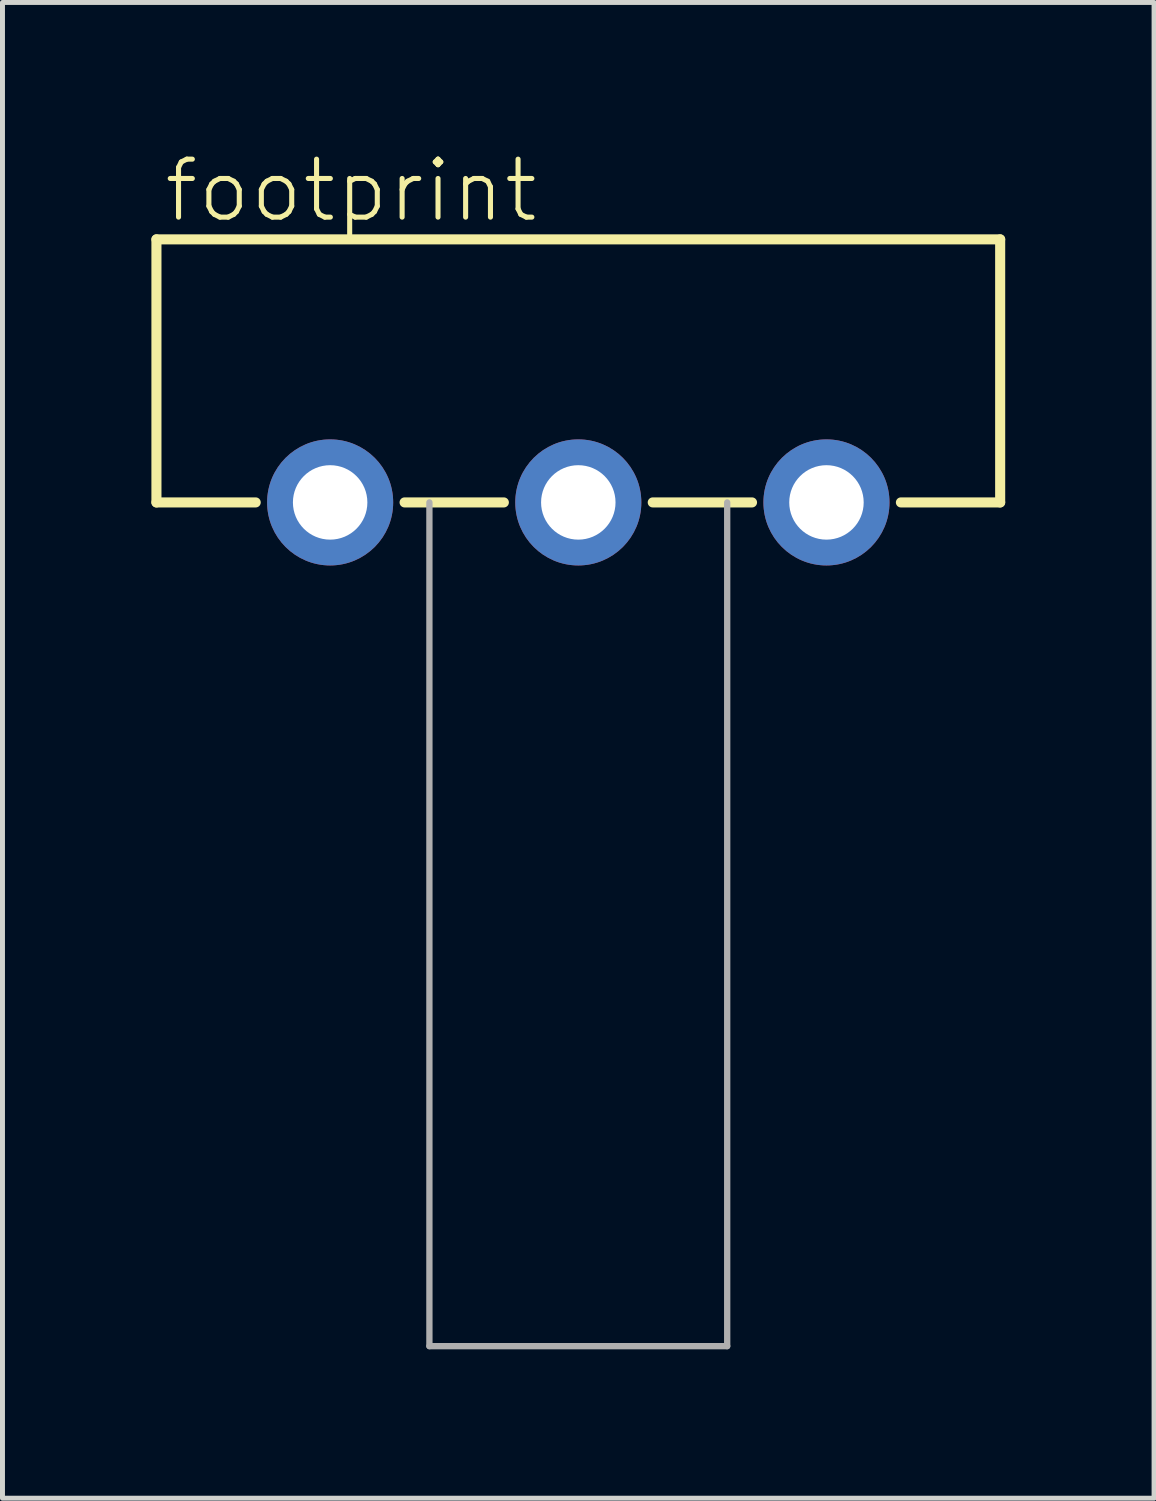
<source format=kicad_pcb>
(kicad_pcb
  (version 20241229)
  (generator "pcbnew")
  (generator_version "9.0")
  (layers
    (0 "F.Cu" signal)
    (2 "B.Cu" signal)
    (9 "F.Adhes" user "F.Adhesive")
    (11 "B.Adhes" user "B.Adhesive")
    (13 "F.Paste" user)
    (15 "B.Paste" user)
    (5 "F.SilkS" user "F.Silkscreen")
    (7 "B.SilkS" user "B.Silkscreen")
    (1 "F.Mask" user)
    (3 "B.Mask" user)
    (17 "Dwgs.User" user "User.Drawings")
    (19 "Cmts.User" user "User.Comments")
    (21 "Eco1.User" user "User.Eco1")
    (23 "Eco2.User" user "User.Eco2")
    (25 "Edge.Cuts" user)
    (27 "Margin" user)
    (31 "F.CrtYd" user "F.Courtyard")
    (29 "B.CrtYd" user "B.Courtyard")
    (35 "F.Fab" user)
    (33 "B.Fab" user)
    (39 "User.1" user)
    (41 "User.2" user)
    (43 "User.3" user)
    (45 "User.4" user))
  (footprint "footprint"
    (layer "F.Cu")
    (at 8.602 7.073)
    (property "Reference" "footprint" (at -8.4 -5.6 0) (layer "F.SilkS") (effects (font (size 1.168 1.168) (thickness 0.102)) (justify left bottom)))
    (fp_line (start -8.5 -5.3) (end 8.5 -5.3) (stroke (width 0.203) (type solid)) (layer "F.SilkS"))
    (fp_line (start -8.5 0) (end -8.5 -5.3) (stroke (width 0.203) (type solid)) (layer "F.SilkS"))
    (fp_line (start -8.5 0) (end -6.5 0) (stroke (width 0.203) (type solid)) (layer "F.SilkS"))
    (fp_line (start -3.5 0) (end -1.5 0) (stroke (width 0.203) (type solid)) (layer "F.SilkS"))
    (fp_line (start 1.5 0) (end 3.5 0) (stroke (width 0.203) (type solid)) (layer "F.SilkS"))
    (fp_line (start 6.5 0) (end 8.5 0) (stroke (width 0.203) (type solid)) (layer "F.SilkS"))
    (fp_line (start 8.5 -5.3) (end 8.5 0) (stroke (width 0.203) (type solid)) (layer "F.SilkS"))
    (fp_line (start -3 0) (end -3 17) (stroke (width 0.127) (type solid)) (layer "F.Fab"))
    (fp_line (start -3 17) (end 3 17) (stroke (width 0.127) (type solid)) (layer "F.Fab"))
    (fp_line (start 3 17) (end 3 0) (stroke (width 0.127) (type solid)) (layer "F.Fab"))
    (pad "1" thru_hole circle (at -5 0) (size 2.54 2.54) (drill 1.5) (layers "*.Cu" "*.Mask"))
    (pad "2" thru_hole circle (at 0 0) (size 2.54 2.54) (drill 1.5) (layers "*.Cu" "*.Mask"))
    (pad "3" thru_hole circle (at 5 0) (size 2.54 2.54) (drill 1.5) (layers "*.Cu" "*.Mask")))
  (gr_rect
    (start -3 -3)
    (end 20.203 27.137)
    (stroke (width 0.1) (type default))
    (fill no)
    (layer "Edge.Cuts")))
</source>
